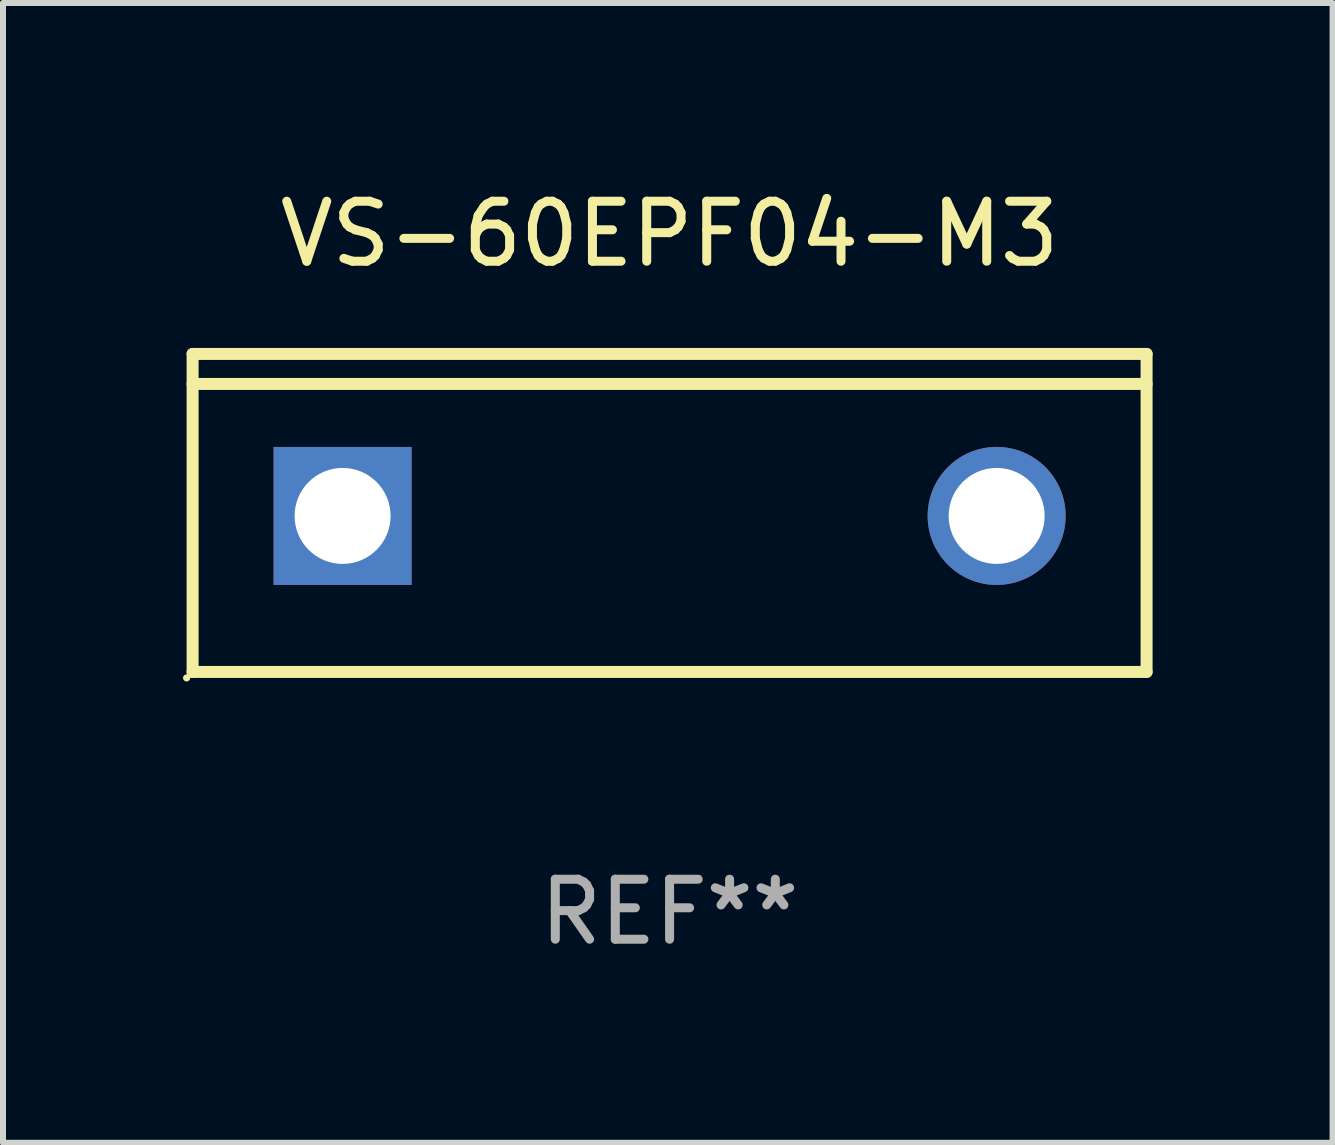
<source format=kicad_pcb>
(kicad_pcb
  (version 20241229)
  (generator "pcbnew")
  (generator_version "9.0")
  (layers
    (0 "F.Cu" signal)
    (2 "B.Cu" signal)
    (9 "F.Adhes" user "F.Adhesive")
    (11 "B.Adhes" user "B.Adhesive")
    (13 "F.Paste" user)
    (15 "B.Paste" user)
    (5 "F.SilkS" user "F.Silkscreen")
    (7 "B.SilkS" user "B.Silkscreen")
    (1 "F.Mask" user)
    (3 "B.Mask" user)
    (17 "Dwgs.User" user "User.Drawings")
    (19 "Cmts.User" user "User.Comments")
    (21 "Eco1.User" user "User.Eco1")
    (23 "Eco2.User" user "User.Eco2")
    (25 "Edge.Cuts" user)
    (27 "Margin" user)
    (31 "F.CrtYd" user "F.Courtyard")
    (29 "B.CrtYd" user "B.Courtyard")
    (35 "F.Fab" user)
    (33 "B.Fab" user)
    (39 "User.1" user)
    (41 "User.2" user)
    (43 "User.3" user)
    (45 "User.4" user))
  (footprint "VS-60EPF04-M3"
    (layer "F.Cu")
    (at 8.11 5.499)
    (property "Reference" "VS-60EPF04-M3" (at 0 -4.65 0) (layer "F.SilkS") (effects (font (size 1 1) (thickness 0.15))))
    (attr through_hole)
    (fp_line (start -7.95 -2.65) (end -7.95 2.65) (stroke (width 0.2) (type solid)) (layer "F.SilkS"))
    (fp_line (start -7.95 -2.15) (end 7.95 -2.15) (stroke (width 0.2) (type solid)) (layer "F.SilkS"))
    (fp_line (start -7.95 2.65) (end 7.95 2.65) (stroke (width 0.2) (type solid)) (layer "F.SilkS"))
    (fp_line (start 7.95 -2.65) (end -7.95 -2.65) (stroke (width 0.2) (type solid)) (layer "F.SilkS"))
    (fp_line (start 7.95 2.65) (end 7.95 -2.65) (stroke (width 0.2) (type solid)) (layer "F.SilkS"))
    (fp_circle (center -8.05 2.75) (end -8.02 2.75) (stroke (width 0.06) (type solid)) (fill no) (layer "F.SilkS"))
    (fp_text user "REF**" (at 0 6.65 0) (layer "F.Fab") (effects (font (size 1 1) (thickness 0.15))))
    (pad "1" thru_hole rect (at -5.45 0.05) (size 2.3 2.3) (drill 1.6) (layers "*.Cu" "*.Mask"))
    (pad "3" thru_hole circle (at 5.451 0.05) (size 2.3 2.3) (drill 1.6) (layers "*.Cu" "*.Mask")))
  (gr_rect
    (start -3 -3)
    (end 19.16 15.997)
    (stroke (width 0.1) (type default))
    (fill no)
    (layer "Edge.Cuts")))
</source>
